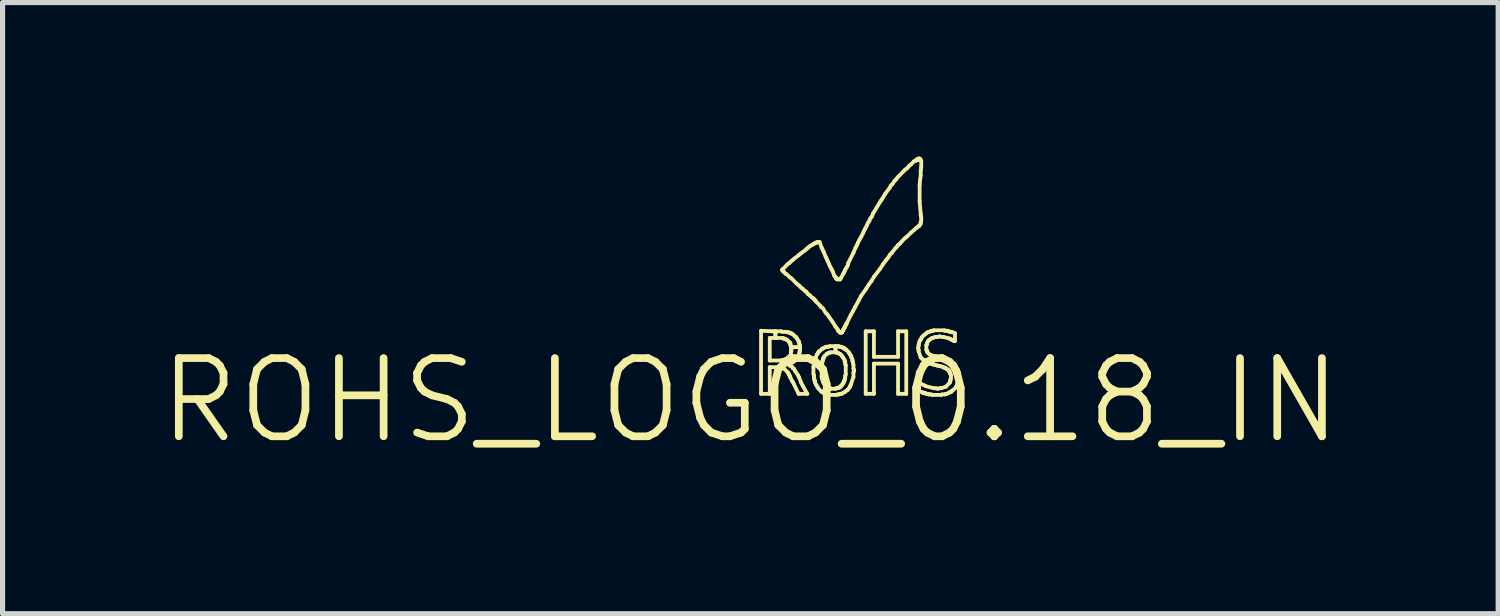
<source format=kicad_pcb>
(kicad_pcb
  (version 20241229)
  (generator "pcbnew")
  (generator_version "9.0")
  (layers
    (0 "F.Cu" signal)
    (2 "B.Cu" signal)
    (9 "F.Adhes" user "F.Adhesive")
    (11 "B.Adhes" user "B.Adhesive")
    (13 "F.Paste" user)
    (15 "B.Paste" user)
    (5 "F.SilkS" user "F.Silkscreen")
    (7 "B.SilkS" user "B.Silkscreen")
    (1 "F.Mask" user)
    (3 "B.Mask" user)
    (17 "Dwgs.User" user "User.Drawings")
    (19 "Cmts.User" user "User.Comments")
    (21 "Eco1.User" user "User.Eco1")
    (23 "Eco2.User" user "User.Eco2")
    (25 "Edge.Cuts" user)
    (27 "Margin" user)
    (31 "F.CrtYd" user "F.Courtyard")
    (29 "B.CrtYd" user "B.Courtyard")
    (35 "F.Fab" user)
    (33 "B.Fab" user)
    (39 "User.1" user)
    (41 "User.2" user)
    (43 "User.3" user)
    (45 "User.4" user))
  (footprint "ROHS_LOGO_0.18_IN"
    (layer "F.Cu")
    (at 11.575 4.756)
    (property "Reference" "ROHS_LOGO_0.18_IN" (at 0 0 0) (layer "F.SilkS") (effects (font (size 1.524 1.524) (thickness 0.15))))
    (attr exclude_from_pos_files exclude_from_bom)
    (fp_line (start 0.208 -1.359) (end 0.208 -0.13) (stroke (width 0.074) (type solid)) (layer "F.SilkS"))
    (fp_line (start 0.208 -0.13) (end 0.378 -0.13) (stroke (width 0.074) (type solid)) (layer "F.SilkS"))
    (fp_line (start 0.378 -1.219) (end 0.488 -1.219) (stroke (width 0.074) (type solid)) (layer "F.SilkS"))
    (fp_line (start 0.378 -0.78) (end 0.378 -1.219) (stroke (width 0.074) (type solid)) (layer "F.SilkS"))
    (fp_line (start 0.378 -0.65) (end 0.569 -0.65) (stroke (width 0.074) (type solid)) (layer "F.SilkS"))
    (fp_line (start 0.378 -0.13) (end 0.378 -0.65) (stroke (width 0.074) (type solid)) (layer "F.SilkS"))
    (fp_line (start 0.439 -1.349) (end 0.208 -1.359) (stroke (width 0.074) (type solid)) (layer "F.SilkS"))
    (fp_line (start 0.488 -1.349) (end 0.439 -1.349) (stroke (width 0.074) (type solid)) (layer "F.SilkS"))
    (fp_line (start 0.488 -1.349) (end 0.488 -1.219) (stroke (width 0.074) (type solid)) (layer "F.SilkS"))
    (fp_line (start 0.488 -1.219) (end 0.488 -1.349) (stroke (width 0.074) (type solid)) (layer "F.SilkS"))
    (fp_line (start 0.488 -1.219) (end 0.63 -1.219) (stroke (width 0.074) (type solid)) (layer "F.SilkS"))
    (fp_line (start 0.569 -0.65) (end 0.589 -0.64) (stroke (width 0.074) (type solid)) (layer "F.SilkS"))
    (fp_line (start 0.589 -0.64) (end 0.61 -0.64) (stroke (width 0.074) (type solid)) (layer "F.SilkS"))
    (fp_line (start 0.599 -1.349) (end 0.488 -1.349) (stroke (width 0.074) (type solid)) (layer "F.SilkS"))
    (fp_line (start 0.61 -0.78) (end 0.378 -0.78) (stroke (width 0.074) (type solid)) (layer "F.SilkS"))
    (fp_line (start 0.61 -0.64) (end 0.63 -0.63) (stroke (width 0.074) (type solid)) (layer "F.SilkS"))
    (fp_line (start 0.62 -2.55) (end 0.63 -2.55) (stroke (width 0.074) (type solid)) (layer "F.SilkS"))
    (fp_line (start 0.62 -2.54) (end 0.62 -2.55) (stroke (width 0.074) (type solid)) (layer "F.SilkS"))
    (fp_line (start 0.62 -0.79) (end 0.61 -0.78) (stroke (width 0.074) (type solid)) (layer "F.SilkS"))
    (fp_line (start 0.63 -2.56) (end 0.729 -2.659) (stroke (width 0.074) (type solid)) (layer "F.SilkS"))
    (fp_line (start 0.63 -2.55) (end 0.63 -2.56) (stroke (width 0.074) (type solid)) (layer "F.SilkS"))
    (fp_line (start 0.63 -2.54) (end 0.62 -2.54) (stroke (width 0.074) (type solid)) (layer "F.SilkS"))
    (fp_line (start 0.63 -2.53) (end 0.63 -2.54) (stroke (width 0.074) (type solid)) (layer "F.SilkS"))
    (fp_line (start 0.63 -1.339) (end 0.599 -1.349) (stroke (width 0.074) (type solid)) (layer "F.SilkS"))
    (fp_line (start 0.63 -1.219) (end 0.638 -1.209) (stroke (width 0.074) (type solid)) (layer "F.SilkS"))
    (fp_line (start 0.63 -0.63) (end 0.638 -0.63) (stroke (width 0.074) (type solid)) (layer "F.SilkS"))
    (fp_line (start 0.638 -2.52) (end 0.63 -2.53) (stroke (width 0.074) (type solid)) (layer "F.SilkS"))
    (fp_line (start 0.638 -1.209) (end 0.658 -1.209) (stroke (width 0.074) (type solid)) (layer "F.SilkS"))
    (fp_line (start 0.638 -0.63) (end 0.658 -0.62) (stroke (width 0.074) (type solid)) (layer "F.SilkS"))
    (fp_line (start 0.648 -2.52) (end 0.638 -2.52) (stroke (width 0.074) (type solid)) (layer "F.SilkS"))
    (fp_line (start 0.658 -2.499) (end 0.648 -2.52) (stroke (width 0.074) (type solid)) (layer "F.SilkS"))
    (fp_line (start 0.658 -1.209) (end 0.668 -1.199) (stroke (width 0.074) (type solid)) (layer "F.SilkS"))
    (fp_line (start 0.658 -0.79) (end 0.62 -0.79) (stroke (width 0.074) (type solid)) (layer "F.SilkS"))
    (fp_line (start 0.658 -0.62) (end 0.729 -0.549) (stroke (width 0.074) (type solid)) (layer "F.SilkS"))
    (fp_line (start 0.668 -1.199) (end 0.688 -1.199) (stroke (width 0.074) (type solid)) (layer "F.SilkS"))
    (fp_line (start 0.668 -0.8) (end 0.658 -0.79) (stroke (width 0.074) (type solid)) (layer "F.SilkS"))
    (fp_line (start 0.688 -2.469) (end 0.658 -2.499) (stroke (width 0.074) (type solid)) (layer "F.SilkS"))
    (fp_line (start 0.688 -1.199) (end 0.709 -1.179) (stroke (width 0.074) (type solid)) (layer "F.SilkS"))
    (fp_line (start 0.688 -0.8) (end 0.668 -0.8) (stroke (width 0.074) (type solid)) (layer "F.SilkS"))
    (fp_line (start 0.699 -1.339) (end 0.63 -1.339) (stroke (width 0.074) (type solid)) (layer "F.SilkS"))
    (fp_line (start 0.699 -0.81) (end 0.688 -0.8) (stroke (width 0.074) (type solid)) (layer "F.SilkS"))
    (fp_line (start 0.709 -2.459) (end 0.688 -2.469) (stroke (width 0.074) (type solid)) (layer "F.SilkS"))
    (fp_line (start 0.709 -1.331) (end 0.699 -1.339) (stroke (width 0.074) (type solid)) (layer "F.SilkS"))
    (fp_line (start 0.709 -1.179) (end 0.719 -1.179) (stroke (width 0.074) (type solid)) (layer "F.SilkS"))
    (fp_line (start 0.709 -0.81) (end 0.699 -0.81) (stroke (width 0.074) (type solid)) (layer "F.SilkS"))
    (fp_line (start 0.719 -1.179) (end 0.759 -1.14) (stroke (width 0.074) (type solid)) (layer "F.SilkS"))
    (fp_line (start 0.719 -0.82) (end 0.709 -0.81) (stroke (width 0.074) (type solid)) (layer "F.SilkS"))
    (fp_line (start 0.719 -0.709) (end 0.759 -0.719) (stroke (width 0.074) (type solid)) (layer "F.SilkS"))
    (fp_line (start 0.729 -2.659) (end 0.759 -2.68) (stroke (width 0.074) (type solid)) (layer "F.SilkS"))
    (fp_line (start 0.729 -0.831) (end 0.729 -0.82) (stroke (width 0.074) (type solid)) (layer "F.SilkS"))
    (fp_line (start 0.729 -0.82) (end 0.719 -0.82) (stroke (width 0.074) (type solid)) (layer "F.SilkS"))
    (fp_line (start 0.729 -0.549) (end 0.729 -0.538) (stroke (width 0.074) (type solid)) (layer "F.SilkS"))
    (fp_line (start 0.729 -0.538) (end 0.749 -0.521) (stroke (width 0.074) (type solid)) (layer "F.SilkS"))
    (fp_line (start 0.739 -1.331) (end 0.709 -1.331) (stroke (width 0.074) (type solid)) (layer "F.SilkS"))
    (fp_line (start 0.739 -0.841) (end 0.729 -0.831) (stroke (width 0.074) (type solid)) (layer "F.SilkS"))
    (fp_line (start 0.749 -0.841) (end 0.739 -0.841) (stroke (width 0.074) (type solid)) (layer "F.SilkS"))
    (fp_line (start 0.749 -0.521) (end 0.749 -0.511) (stroke (width 0.074) (type solid)) (layer "F.SilkS"))
    (fp_line (start 0.749 -0.511) (end 0.759 -0.49) (stroke (width 0.074) (type solid)) (layer "F.SilkS"))
    (fp_line (start 0.759 -2.68) (end 0.79 -2.71) (stroke (width 0.074) (type solid)) (layer "F.SilkS"))
    (fp_line (start 0.759 -2.41) (end 0.709 -2.459) (stroke (width 0.074) (type solid)) (layer "F.SilkS"))
    (fp_line (start 0.759 -1.321) (end 0.739 -1.331) (stroke (width 0.074) (type solid)) (layer "F.SilkS"))
    (fp_line (start 0.759 -1.14) (end 0.759 -1.13) (stroke (width 0.074) (type solid)) (layer "F.SilkS"))
    (fp_line (start 0.759 -1.13) (end 0.77 -1.12) (stroke (width 0.074) (type solid)) (layer "F.SilkS"))
    (fp_line (start 0.759 -0.859) (end 0.759 -0.851) (stroke (width 0.074) (type solid)) (layer "F.SilkS"))
    (fp_line (start 0.759 -0.851) (end 0.749 -0.841) (stroke (width 0.074) (type solid)) (layer "F.SilkS"))
    (fp_line (start 0.759 -0.719) (end 0.78 -0.729) (stroke (width 0.074) (type solid)) (layer "F.SilkS"))
    (fp_line (start 0.759 -0.691) (end 0.719 -0.709) (stroke (width 0.074) (type solid)) (layer "F.SilkS"))
    (fp_line (start 0.759 -0.49) (end 0.77 -0.48) (stroke (width 0.074) (type solid)) (layer "F.SilkS"))
    (fp_line (start 0.77 -1.321) (end 0.759 -1.321) (stroke (width 0.074) (type solid)) (layer "F.SilkS"))
    (fp_line (start 0.77 -1.12) (end 0.78 -1.12) (stroke (width 0.074) (type solid)) (layer "F.SilkS"))
    (fp_line (start 0.77 -0.681) (end 0.759 -0.691) (stroke (width 0.074) (type solid)) (layer "F.SilkS"))
    (fp_line (start 0.77 -0.48) (end 0.77 -0.46) (stroke (width 0.074) (type solid)) (layer "F.SilkS"))
    (fp_line (start 0.77 -0.46) (end 0.78 -0.45) (stroke (width 0.074) (type solid)) (layer "F.SilkS"))
    (fp_line (start 0.78 -1.311) (end 0.77 -1.321) (stroke (width 0.074) (type solid)) (layer "F.SilkS"))
    (fp_line (start 0.78 -1.12) (end 0.78 -1.079) (stroke (width 0.074) (type solid)) (layer "F.SilkS"))
    (fp_line (start 0.78 -1.079) (end 0.79 -1.069) (stroke (width 0.074) (type solid)) (layer "F.SilkS"))
    (fp_line (start 0.78 -0.889) (end 0.78 -0.879) (stroke (width 0.074) (type solid)) (layer "F.SilkS"))
    (fp_line (start 0.78 -0.879) (end 0.759 -0.859) (stroke (width 0.074) (type solid)) (layer "F.SilkS"))
    (fp_line (start 0.78 -0.729) (end 0.808 -0.739) (stroke (width 0.074) (type solid)) (layer "F.SilkS"))
    (fp_line (start 0.78 -0.45) (end 0.818 -0.371) (stroke (width 0.074) (type solid)) (layer "F.SilkS"))
    (fp_line (start 0.79 -2.71) (end 0.828 -2.741) (stroke (width 0.074) (type solid)) (layer "F.SilkS"))
    (fp_line (start 0.79 -2.39) (end 0.759 -2.41) (stroke (width 0.074) (type solid)) (layer "F.SilkS"))
    (fp_line (start 0.79 -1.069) (end 0.79 -1.039) (stroke (width 0.074) (type solid)) (layer "F.SilkS"))
    (fp_line (start 0.79 -1.039) (end 0.79 -1.011) (stroke (width 0.074) (type solid)) (layer "F.SilkS"))
    (fp_line (start 0.79 -1.039) (end 0.968 -1.039) (stroke (width 0.074) (type solid)) (layer "F.SilkS"))
    (fp_line (start 0.79 -1.011) (end 0.798 -1.001) (stroke (width 0.074) (type solid)) (layer "F.SilkS"))
    (fp_line (start 0.79 -0.95) (end 0.79 -0.899) (stroke (width 0.074) (type solid)) (layer "F.SilkS"))
    (fp_line (start 0.79 -0.899) (end 0.78 -0.889) (stroke (width 0.074) (type solid)) (layer "F.SilkS"))
    (fp_line (start 0.79 -0.671) (end 0.77 -0.681) (stroke (width 0.074) (type solid)) (layer "F.SilkS"))
    (fp_line (start 0.798 -1.311) (end 0.78 -1.311) (stroke (width 0.074) (type solid)) (layer "F.SilkS"))
    (fp_line (start 0.798 -1.001) (end 0.798 -0.96) (stroke (width 0.074) (type solid)) (layer "F.SilkS"))
    (fp_line (start 0.798 -0.96) (end 0.79 -0.95) (stroke (width 0.074) (type solid)) (layer "F.SilkS"))
    (fp_line (start 0.798 -0.671) (end 0.79 -0.671) (stroke (width 0.074) (type solid)) (layer "F.SilkS"))
    (fp_line (start 0.808 -1.3) (end 0.798 -1.311) (stroke (width 0.074) (type solid)) (layer "F.SilkS"))
    (fp_line (start 0.808 -0.739) (end 0.848 -0.759) (stroke (width 0.074) (type solid)) (layer "F.SilkS"))
    (fp_line (start 0.818 -0.65) (end 0.798 -0.671) (stroke (width 0.074) (type solid)) (layer "F.SilkS"))
    (fp_line (start 0.818 -0.371) (end 0.828 -0.361) (stroke (width 0.074) (type solid)) (layer "F.SilkS"))
    (fp_line (start 0.828 -2.741) (end 0.859 -2.769) (stroke (width 0.074) (type solid)) (layer "F.SilkS"))
    (fp_line (start 0.828 -1.29) (end 0.808 -1.3) (stroke (width 0.074) (type solid)) (layer "F.SilkS"))
    (fp_line (start 0.828 -0.63) (end 0.818 -0.65) (stroke (width 0.074) (type solid)) (layer "F.SilkS"))
    (fp_line (start 0.828 -0.361) (end 0.848 -0.32) (stroke (width 0.074) (type solid)) (layer "F.SilkS"))
    (fp_line (start 0.848 -0.759) (end 0.869 -0.78) (stroke (width 0.074) (type solid)) (layer "F.SilkS"))
    (fp_line (start 0.848 -0.62) (end 0.828 -0.63) (stroke (width 0.074) (type solid)) (layer "F.SilkS"))
    (fp_line (start 0.848 -0.32) (end 0.94 -0.13) (stroke (width 0.074) (type solid)) (layer "F.SilkS"))
    (fp_line (start 0.859 -2.769) (end 0.94 -2.83) (stroke (width 0.074) (type solid)) (layer "F.SilkS"))
    (fp_line (start 0.869 -1.25) (end 0.828 -1.29) (stroke (width 0.074) (type solid)) (layer "F.SilkS"))
    (fp_line (start 0.869 -0.78) (end 0.889 -0.79) (stroke (width 0.074) (type solid)) (layer "F.SilkS"))
    (fp_line (start 0.869 -0.579) (end 0.848 -0.62) (stroke (width 0.074) (type solid)) (layer "F.SilkS"))
    (fp_line (start 0.889 -1.24) (end 0.869 -1.25) (stroke (width 0.074) (type solid)) (layer "F.SilkS"))
    (fp_line (start 0.889 -0.79) (end 0.909 -0.81) (stroke (width 0.074) (type solid)) (layer "F.SilkS"))
    (fp_line (start 0.899 -2.281) (end 0.79 -2.39) (stroke (width 0.074) (type solid)) (layer "F.SilkS"))
    (fp_line (start 0.899 -1.219) (end 0.889 -1.24) (stroke (width 0.074) (type solid)) (layer "F.SilkS"))
    (fp_line (start 0.909 -1.209) (end 0.899 -1.219) (stroke (width 0.074) (type solid)) (layer "F.SilkS"))
    (fp_line (start 0.909 -0.81) (end 0.919 -0.831) (stroke (width 0.074) (type solid)) (layer "F.SilkS"))
    (fp_line (start 0.919 -0.831) (end 0.94 -0.851) (stroke (width 0.074) (type solid)) (layer "F.SilkS"))
    (fp_line (start 0.93 -1.171) (end 0.909 -1.209) (stroke (width 0.074) (type solid)) (layer "F.SilkS"))
    (fp_line (start 0.93 -0.49) (end 0.869 -0.579) (stroke (width 0.074) (type solid)) (layer "F.SilkS"))
    (fp_line (start 0.94 -2.83) (end 0.988 -2.87) (stroke (width 0.074) (type solid)) (layer "F.SilkS"))
    (fp_line (start 0.94 -1.161) (end 0.93 -1.171) (stroke (width 0.074) (type solid)) (layer "F.SilkS"))
    (fp_line (start 0.94 -0.851) (end 0.95 -0.879) (stroke (width 0.074) (type solid)) (layer "F.SilkS"))
    (fp_line (start 0.94 -0.13) (end 1.11 -0.13) (stroke (width 0.074) (type solid)) (layer "F.SilkS"))
    (fp_line (start 0.95 -2.24) (end 0.899 -2.281) (stroke (width 0.074) (type solid)) (layer "F.SilkS"))
    (fp_line (start 0.95 -1.14) (end 0.94 -1.161) (stroke (width 0.074) (type solid)) (layer "F.SilkS"))
    (fp_line (start 0.95 -1.12) (end 0.95 -1.14) (stroke (width 0.074) (type solid)) (layer "F.SilkS"))
    (fp_line (start 0.95 -0.899) (end 0.958 -0.93) (stroke (width 0.074) (type solid)) (layer "F.SilkS"))
    (fp_line (start 0.95 -0.879) (end 0.95 -0.899) (stroke (width 0.074) (type solid)) (layer "F.SilkS"))
    (fp_line (start 0.95 -0.45) (end 0.93 -0.49) (stroke (width 0.074) (type solid)) (layer "F.SilkS"))
    (fp_line (start 0.958 -1.1) (end 0.95 -1.12) (stroke (width 0.074) (type solid)) (layer "F.SilkS"))
    (fp_line (start 0.958 -1.079) (end 0.958 -1.1) (stroke (width 0.074) (type solid)) (layer "F.SilkS"))
    (fp_line (start 0.958 -0.95) (end 0.968 -0.98) (stroke (width 0.074) (type solid)) (layer "F.SilkS"))
    (fp_line (start 0.958 -0.93) (end 0.958 -0.95) (stroke (width 0.074) (type solid)) (layer "F.SilkS"))
    (fp_line (start 0.968 -1.059) (end 0.958 -1.079) (stroke (width 0.074) (type solid)) (layer "F.SilkS"))
    (fp_line (start 0.968 -1.039) (end 0.79 -1.039) (stroke (width 0.074) (type solid)) (layer "F.SilkS"))
    (fp_line (start 0.968 -1.039) (end 0.968 -1.059) (stroke (width 0.074) (type solid)) (layer "F.SilkS"))
    (fp_line (start 0.968 -0.98) (end 0.968 -1.039) (stroke (width 0.074) (type solid)) (layer "F.SilkS"))
    (fp_line (start 0.988 -2.87) (end 1.069 -2.929) (stroke (width 0.074) (type solid)) (layer "F.SilkS"))
    (fp_line (start 0.988 -2.2) (end 0.95 -2.24) (stroke (width 0.074) (type solid)) (layer "F.SilkS"))
    (fp_line (start 0.988 -0.351) (end 0.95 -0.45) (stroke (width 0.074) (type solid)) (layer "F.SilkS"))
    (fp_line (start 1.019 -2.179) (end 0.988 -2.2) (stroke (width 0.074) (type solid)) (layer "F.SilkS"))
    (fp_line (start 1.019 -0.29) (end 0.988 -0.351) (stroke (width 0.074) (type solid)) (layer "F.SilkS"))
    (fp_line (start 1.059 -2.139) (end 1.019 -2.179) (stroke (width 0.074) (type solid)) (layer "F.SilkS"))
    (fp_line (start 1.069 -2.929) (end 1.1 -2.959) (stroke (width 0.074) (type solid)) (layer "F.SilkS"))
    (fp_line (start 1.09 -2.121) (end 1.059 -2.139) (stroke (width 0.074) (type solid)) (layer "F.SilkS"))
    (fp_line (start 1.1 -2.959) (end 1.128 -2.979) (stroke (width 0.074) (type solid)) (layer "F.SilkS"))
    (fp_line (start 1.11 -2.09) (end 1.09 -2.121) (stroke (width 0.074) (type solid)) (layer "F.SilkS"))
    (fp_line (start 1.11 -0.13) (end 1.019 -0.29) (stroke (width 0.074) (type solid)) (layer "F.SilkS"))
    (fp_line (start 1.128 -2.979) (end 1.148 -3) (stroke (width 0.074) (type solid)) (layer "F.SilkS"))
    (fp_line (start 1.128 -2.07) (end 1.11 -2.09) (stroke (width 0.074) (type solid)) (layer "F.SilkS"))
    (fp_line (start 1.148 -3) (end 1.179 -3.02) (stroke (width 0.074) (type solid)) (layer "F.SilkS"))
    (fp_line (start 1.158 -2.05) (end 1.128 -2.07) (stroke (width 0.074) (type solid)) (layer "F.SilkS"))
    (fp_line (start 1.179 -3.02) (end 1.219 -3.04) (stroke (width 0.074) (type solid)) (layer "F.SilkS"))
    (fp_line (start 1.199 -2.009) (end 1.158 -2.05) (stroke (width 0.074) (type solid)) (layer "F.SilkS"))
    (fp_line (start 1.219 -3.04) (end 1.229 -3.051) (stroke (width 0.074) (type solid)) (layer "F.SilkS"))
    (fp_line (start 1.219 -1.999) (end 1.199 -2.009) (stroke (width 0.074) (type solid)) (layer "F.SilkS"))
    (fp_line (start 1.229 -3.051) (end 1.25 -3.061) (stroke (width 0.074) (type solid)) (layer "F.SilkS"))
    (fp_line (start 1.229 -0.66) (end 1.229 -0.521) (stroke (width 0.074) (type solid)) (layer "F.SilkS"))
    (fp_line (start 1.229 -0.521) (end 1.24 -0.49) (stroke (width 0.074) (type solid)) (layer "F.SilkS"))
    (fp_line (start 1.24 -1.979) (end 1.219 -1.999) (stroke (width 0.074) (type solid)) (layer "F.SilkS"))
    (fp_line (start 1.24 -0.729) (end 1.24 -0.709) (stroke (width 0.074) (type solid)) (layer "F.SilkS"))
    (fp_line (start 1.24 -0.709) (end 1.24 -0.671) (stroke (width 0.074) (type solid)) (layer "F.SilkS"))
    (fp_line (start 1.24 -0.709) (end 1.4 -0.709) (stroke (width 0.074) (type solid)) (layer "F.SilkS"))
    (fp_line (start 1.24 -0.671) (end 1.229 -0.66) (stroke (width 0.074) (type solid)) (layer "F.SilkS"))
    (fp_line (start 1.24 -0.49) (end 1.24 -0.439) (stroke (width 0.074) (type solid)) (layer "F.SilkS"))
    (fp_line (start 1.24 -0.439) (end 1.25 -0.409) (stroke (width 0.074) (type solid)) (layer "F.SilkS"))
    (fp_line (start 1.25 -3.061) (end 1.26 -3.071) (stroke (width 0.074) (type solid)) (layer "F.SilkS"))
    (fp_line (start 1.25 -1.961) (end 1.24 -1.979) (stroke (width 0.074) (type solid)) (layer "F.SilkS"))
    (fp_line (start 1.25 -0.78) (end 1.25 -0.759) (stroke (width 0.074) (type solid)) (layer "F.SilkS"))
    (fp_line (start 1.25 -0.759) (end 1.24 -0.729) (stroke (width 0.074) (type solid)) (layer "F.SilkS"))
    (fp_line (start 1.25 -0.409) (end 1.25 -0.389) (stroke (width 0.074) (type solid)) (layer "F.SilkS"))
    (fp_line (start 1.25 -0.389) (end 1.26 -0.371) (stroke (width 0.074) (type solid)) (layer "F.SilkS"))
    (fp_line (start 1.26 -3.071) (end 1.27 -3.071) (stroke (width 0.074) (type solid)) (layer "F.SilkS"))
    (fp_line (start 1.26 -0.371) (end 1.26 -0.351) (stroke (width 0.074) (type solid)) (layer "F.SilkS"))
    (fp_line (start 1.26 -0.351) (end 1.278 -0.31) (stroke (width 0.074) (type solid)) (layer "F.SilkS"))
    (fp_line (start 1.27 -3.071) (end 1.278 -3.078) (stroke (width 0.074) (type solid)) (layer "F.SilkS"))
    (fp_line (start 1.27 -1.951) (end 1.25 -1.961) (stroke (width 0.074) (type solid)) (layer "F.SilkS"))
    (fp_line (start 1.27 -0.841) (end 1.27 -0.82) (stroke (width 0.074) (type solid)) (layer "F.SilkS"))
    (fp_line (start 1.27 -0.82) (end 1.25 -0.78) (stroke (width 0.074) (type solid)) (layer "F.SilkS"))
    (fp_line (start 1.278 -3.078) (end 1.298 -3.078) (stroke (width 0.074) (type solid)) (layer "F.SilkS"))
    (fp_line (start 1.278 -1.93) (end 1.27 -1.951) (stroke (width 0.074) (type solid)) (layer "F.SilkS"))
    (fp_line (start 1.278 -0.31) (end 1.288 -0.3) (stroke (width 0.074) (type solid)) (layer "F.SilkS"))
    (fp_line (start 1.288 -0.3) (end 1.308 -0.259) (stroke (width 0.074) (type solid)) (layer "F.SilkS"))
    (fp_line (start 1.298 -3.078) (end 1.308 -3.089) (stroke (width 0.074) (type solid)) (layer "F.SilkS"))
    (fp_line (start 1.298 -0.899) (end 1.27 -0.841) (stroke (width 0.074) (type solid)) (layer "F.SilkS"))
    (fp_line (start 1.308 -3.089) (end 1.349 -3.089) (stroke (width 0.074) (type solid)) (layer "F.SilkS"))
    (fp_line (start 1.308 -0.909) (end 1.298 -0.899) (stroke (width 0.074) (type solid)) (layer "F.SilkS"))
    (fp_line (start 1.308 -0.259) (end 1.318 -0.249) (stroke (width 0.074) (type solid)) (layer "F.SilkS"))
    (fp_line (start 1.318 -0.93) (end 1.308 -0.909) (stroke (width 0.074) (type solid)) (layer "F.SilkS"))
    (fp_line (start 1.318 -0.249) (end 1.328 -0.229) (stroke (width 0.074) (type solid)) (layer "F.SilkS"))
    (fp_line (start 1.328 -0.94) (end 1.318 -0.93) (stroke (width 0.074) (type solid)) (layer "F.SilkS"))
    (fp_line (start 1.328 -0.229) (end 1.379 -0.18) (stroke (width 0.074) (type solid)) (layer "F.SilkS"))
    (fp_line (start 1.339 -0.96) (end 1.328 -0.94) (stroke (width 0.074) (type solid)) (layer "F.SilkS"))
    (fp_line (start 1.349 -3.089) (end 1.389 -2.979) (stroke (width 0.074) (type solid)) (layer "F.SilkS"))
    (fp_line (start 1.359 -1.849) (end 1.278 -1.93) (stroke (width 0.074) (type solid)) (layer "F.SilkS"))
    (fp_line (start 1.359 -0.97) (end 1.339 -0.96) (stroke (width 0.074) (type solid)) (layer "F.SilkS"))
    (fp_line (start 1.379 -1.819) (end 1.359 -1.849) (stroke (width 0.074) (type solid)) (layer "F.SilkS"))
    (fp_line (start 1.379 -0.18) (end 1.389 -0.18) (stroke (width 0.074) (type solid)) (layer "F.SilkS"))
    (fp_line (start 1.389 -2.979) (end 1.427 -2.901) (stroke (width 0.074) (type solid)) (layer "F.SilkS"))
    (fp_line (start 1.389 -0.691) (end 1.4 -0.709) (stroke (width 0.074) (type solid)) (layer "F.SilkS"))
    (fp_line (start 1.389 -0.46) (end 1.389 -0.691) (stroke (width 0.074) (type solid)) (layer "F.SilkS"))
    (fp_line (start 1.389 -0.18) (end 1.389 -0.17) (stroke (width 0.074) (type solid)) (layer "F.SilkS"))
    (fp_line (start 1.389 -0.17) (end 1.4 -0.17) (stroke (width 0.074) (type solid)) (layer "F.SilkS"))
    (fp_line (start 1.4 -1.011) (end 1.359 -0.97) (stroke (width 0.074) (type solid)) (layer "F.SilkS"))
    (fp_line (start 1.4 -0.759) (end 1.41 -0.77) (stroke (width 0.074) (type solid)) (layer "F.SilkS"))
    (fp_line (start 1.4 -0.709) (end 1.24 -0.709) (stroke (width 0.074) (type solid)) (layer "F.SilkS"))
    (fp_line (start 1.4 -0.709) (end 1.4 -0.759) (stroke (width 0.074) (type solid)) (layer "F.SilkS"))
    (fp_line (start 1.4 -0.439) (end 1.389 -0.46) (stroke (width 0.074) (type solid)) (layer "F.SilkS"))
    (fp_line (start 1.4 -0.419) (end 1.4 -0.439) (stroke (width 0.074) (type solid)) (layer "F.SilkS"))
    (fp_line (start 1.4 -0.17) (end 1.41 -0.16) (stroke (width 0.074) (type solid)) (layer "F.SilkS"))
    (fp_line (start 1.41 -1.801) (end 1.379 -1.819) (stroke (width 0.074) (type solid)) (layer "F.SilkS"))
    (fp_line (start 1.41 -1.011) (end 1.4 -1.011) (stroke (width 0.074) (type solid)) (layer "F.SilkS"))
    (fp_line (start 1.41 -0.79) (end 1.42 -0.8) (stroke (width 0.074) (type solid)) (layer "F.SilkS"))
    (fp_line (start 1.41 -0.77) (end 1.41 -0.79) (stroke (width 0.074) (type solid)) (layer "F.SilkS"))
    (fp_line (start 1.41 -0.399) (end 1.4 -0.419) (stroke (width 0.074) (type solid)) (layer "F.SilkS"))
    (fp_line (start 1.41 -0.381) (end 1.41 -0.399) (stroke (width 0.074) (type solid)) (layer "F.SilkS"))
    (fp_line (start 1.41 -0.16) (end 1.42 -0.16) (stroke (width 0.074) (type solid)) (layer "F.SilkS"))
    (fp_line (start 1.42 -0.82) (end 1.427 -0.831) (stroke (width 0.074) (type solid)) (layer "F.SilkS"))
    (fp_line (start 1.42 -0.8) (end 1.42 -0.82) (stroke (width 0.074) (type solid)) (layer "F.SilkS"))
    (fp_line (start 1.42 -0.361) (end 1.41 -0.381) (stroke (width 0.074) (type solid)) (layer "F.SilkS"))
    (fp_line (start 1.42 -0.16) (end 1.427 -0.15) (stroke (width 0.074) (type solid)) (layer "F.SilkS"))
    (fp_line (start 1.427 -2.901) (end 1.468 -2.799) (stroke (width 0.074) (type solid)) (layer "F.SilkS"))
    (fp_line (start 1.427 -1.019) (end 1.41 -1.011) (stroke (width 0.074) (type solid)) (layer "F.SilkS"))
    (fp_line (start 1.427 -0.841) (end 1.438 -0.851) (stroke (width 0.074) (type solid)) (layer "F.SilkS"))
    (fp_line (start 1.427 -0.831) (end 1.427 -0.841) (stroke (width 0.074) (type solid)) (layer "F.SilkS"))
    (fp_line (start 1.427 -0.351) (end 1.42 -0.361) (stroke (width 0.074) (type solid)) (layer "F.SilkS"))
    (fp_line (start 1.427 -0.34) (end 1.427 -0.351) (stroke (width 0.074) (type solid)) (layer "F.SilkS"))
    (fp_line (start 1.427 -0.15) (end 1.438 -0.15) (stroke (width 0.074) (type solid)) (layer "F.SilkS"))
    (fp_line (start 1.438 -1.029) (end 1.427 -1.019) (stroke (width 0.074) (type solid)) (layer "F.SilkS"))
    (fp_line (start 1.438 -0.851) (end 1.448 -0.869) (stroke (width 0.074) (type solid)) (layer "F.SilkS"))
    (fp_line (start 1.438 -0.15) (end 1.438 -0.14) (stroke (width 0.074) (type solid)) (layer "F.SilkS"))
    (fp_line (start 1.438 -0.14) (end 1.448 -0.14) (stroke (width 0.074) (type solid)) (layer "F.SilkS"))
    (fp_line (start 1.448 -0.869) (end 1.488 -0.909) (stroke (width 0.074) (type solid)) (layer "F.SilkS"))
    (fp_line (start 1.448 -0.32) (end 1.427 -0.34) (stroke (width 0.074) (type solid)) (layer "F.SilkS"))
    (fp_line (start 1.448 -0.31) (end 1.448 -0.32) (stroke (width 0.074) (type solid)) (layer "F.SilkS"))
    (fp_line (start 1.448 -0.14) (end 1.458 -0.13) (stroke (width 0.074) (type solid)) (layer "F.SilkS"))
    (fp_line (start 1.458 -1.039) (end 1.438 -1.029) (stroke (width 0.074) (type solid)) (layer "F.SilkS"))
    (fp_line (start 1.458 -0.13) (end 1.488 -0.13) (stroke (width 0.074) (type solid)) (layer "F.SilkS"))
    (fp_line (start 1.468 -2.799) (end 1.488 -2.761) (stroke (width 0.074) (type solid)) (layer "F.SilkS"))
    (fp_line (start 1.468 -1.709) (end 1.41 -1.801) (stroke (width 0.074) (type solid)) (layer "F.SilkS"))
    (fp_line (start 1.478 -1.039) (end 1.458 -1.039) (stroke (width 0.074) (type solid)) (layer "F.SilkS"))
    (fp_line (start 1.478 -0.279) (end 1.448 -0.31) (stroke (width 0.074) (type solid)) (layer "F.SilkS"))
    (fp_line (start 1.488 -2.761) (end 1.509 -2.71) (stroke (width 0.074) (type solid)) (layer "F.SilkS"))
    (fp_line (start 1.488 -1.049) (end 1.478 -1.039) (stroke (width 0.074) (type solid)) (layer "F.SilkS"))
    (fp_line (start 1.488 -0.909) (end 1.499 -0.909) (stroke (width 0.074) (type solid)) (layer "F.SilkS"))
    (fp_line (start 1.488 -0.279) (end 1.478 -0.279) (stroke (width 0.074) (type solid)) (layer "F.SilkS"))
    (fp_line (start 1.488 -0.13) (end 1.499 -0.119) (stroke (width 0.074) (type solid)) (layer "F.SilkS"))
    (fp_line (start 1.499 -1.679) (end 1.468 -1.709) (stroke (width 0.074) (type solid)) (layer "F.SilkS"))
    (fp_line (start 1.499 -0.909) (end 1.519 -0.93) (stroke (width 0.074) (type solid)) (layer "F.SilkS"))
    (fp_line (start 1.499 -0.269) (end 1.488 -0.279) (stroke (width 0.074) (type solid)) (layer "F.SilkS"))
    (fp_line (start 1.499 -0.259) (end 1.499 -0.269) (stroke (width 0.074) (type solid)) (layer "F.SilkS"))
    (fp_line (start 1.499 -0.119) (end 1.529 -0.119) (stroke (width 0.074) (type solid)) (layer "F.SilkS"))
    (fp_line (start 1.509 -2.71) (end 1.529 -2.67) (stroke (width 0.074) (type solid)) (layer "F.SilkS"))
    (fp_line (start 1.509 -0.259) (end 1.499 -0.259) (stroke (width 0.074) (type solid)) (layer "F.SilkS"))
    (fp_line (start 1.519 -0.93) (end 1.549 -0.93) (stroke (width 0.074) (type solid)) (layer "F.SilkS"))
    (fp_line (start 1.529 -2.67) (end 1.549 -2.619) (stroke (width 0.074) (type solid)) (layer "F.SilkS"))
    (fp_line (start 1.529 -1.049) (end 1.488 -1.049) (stroke (width 0.074) (type solid)) (layer "F.SilkS"))
    (fp_line (start 1.529 -0.249) (end 1.509 -0.259) (stroke (width 0.074) (type solid)) (layer "F.SilkS"))
    (fp_line (start 1.529 -0.119) (end 1.549 -0.109) (stroke (width 0.074) (type solid)) (layer "F.SilkS"))
    (fp_line (start 1.539 -1.621) (end 1.499 -1.679) (stroke (width 0.074) (type solid)) (layer "F.SilkS"))
    (fp_line (start 1.539 -0.249) (end 1.529 -0.249) (stroke (width 0.074) (type solid)) (layer "F.SilkS"))
    (fp_line (start 1.549 -2.619) (end 1.57 -2.581) (stroke (width 0.074) (type solid)) (layer "F.SilkS"))
    (fp_line (start 1.549 -1.059) (end 1.529 -1.049) (stroke (width 0.074) (type solid)) (layer "F.SilkS"))
    (fp_line (start 1.549 -0.93) (end 1.56 -0.94) (stroke (width 0.074) (type solid)) (layer "F.SilkS"))
    (fp_line (start 1.549 -0.239) (end 1.539 -0.249) (stroke (width 0.074) (type solid)) (layer "F.SilkS"))
    (fp_line (start 1.549 -0.109) (end 1.679 -0.109) (stroke (width 0.074) (type solid)) (layer "F.SilkS"))
    (fp_line (start 1.56 -0.94) (end 1.659 -0.94) (stroke (width 0.074) (type solid)) (layer "F.SilkS"))
    (fp_line (start 1.56 -0.239) (end 1.549 -0.239) (stroke (width 0.074) (type solid)) (layer "F.SilkS"))
    (fp_line (start 1.57 -2.581) (end 1.587 -2.55) (stroke (width 0.074) (type solid)) (layer "F.SilkS"))
    (fp_line (start 1.57 -0.229) (end 1.56 -0.239) (stroke (width 0.074) (type solid)) (layer "F.SilkS"))
    (fp_line (start 1.587 -2.55) (end 1.608 -2.51) (stroke (width 0.074) (type solid)) (layer "F.SilkS"))
    (fp_line (start 1.598 -1.539) (end 1.539 -1.621) (stroke (width 0.074) (type solid)) (layer "F.SilkS"))
    (fp_line (start 1.608 -2.51) (end 1.628 -2.449) (stroke (width 0.074) (type solid)) (layer "F.SilkS"))
    (fp_line (start 1.628 -2.449) (end 1.638 -2.431) (stroke (width 0.074) (type solid)) (layer "F.SilkS"))
    (fp_line (start 1.638 -2.431) (end 1.659 -2.41) (stroke (width 0.074) (type solid)) (layer "F.SilkS"))
    (fp_line (start 1.659 -2.41) (end 1.659 -2.4) (stroke (width 0.074) (type solid)) (layer "F.SilkS"))
    (fp_line (start 1.659 -2.4) (end 1.669 -2.39) (stroke (width 0.074) (type solid)) (layer "F.SilkS"))
    (fp_line (start 1.659 -1.44) (end 1.598 -1.539) (stroke (width 0.074) (type solid)) (layer "F.SilkS"))
    (fp_line (start 1.659 -1.059) (end 1.549 -1.059) (stroke (width 0.074) (type solid)) (layer "F.SilkS"))
    (fp_line (start 1.659 -1.059) (end 1.659 -0.94) (stroke (width 0.074) (type solid)) (layer "F.SilkS"))
    (fp_line (start 1.659 -0.94) (end 1.659 -1.059) (stroke (width 0.074) (type solid)) (layer "F.SilkS"))
    (fp_line (start 1.659 -0.94) (end 1.679 -0.94) (stroke (width 0.074) (type solid)) (layer "F.SilkS"))
    (fp_line (start 1.659 -0.229) (end 1.57 -0.229) (stroke (width 0.074) (type solid)) (layer "F.SilkS"))
    (fp_line (start 1.669 -2.39) (end 1.669 -2.38) (stroke (width 0.074) (type solid)) (layer "F.SilkS"))
    (fp_line (start 1.669 -2.38) (end 1.679 -2.38) (stroke (width 0.074) (type solid)) (layer "F.SilkS"))
    (fp_line (start 1.669 -0.239) (end 1.659 -0.229) (stroke (width 0.074) (type solid)) (layer "F.SilkS"))
    (fp_line (start 1.679 -2.38) (end 1.679 -2.37) (stroke (width 0.074) (type solid)) (layer "F.SilkS"))
    (fp_line (start 1.679 -2.37) (end 1.689 -2.37) (stroke (width 0.074) (type solid)) (layer "F.SilkS"))
    (fp_line (start 1.679 -0.94) (end 1.689 -0.93) (stroke (width 0.074) (type solid)) (layer "F.SilkS"))
    (fp_line (start 1.679 -0.109) (end 1.699 -0.119) (stroke (width 0.074) (type solid)) (layer "F.SilkS"))
    (fp_line (start 1.689 -2.37) (end 1.699 -2.36) (stroke (width 0.074) (type solid)) (layer "F.SilkS"))
    (fp_line (start 1.689 -0.93) (end 1.709 -0.93) (stroke (width 0.074) (type solid)) (layer "F.SilkS"))
    (fp_line (start 1.699 -2.36) (end 1.748 -2.36) (stroke (width 0.074) (type solid)) (layer "F.SilkS"))
    (fp_line (start 1.699 -1.389) (end 1.659 -1.44) (stroke (width 0.074) (type solid)) (layer "F.SilkS"))
    (fp_line (start 1.699 -0.239) (end 1.669 -0.239) (stroke (width 0.074) (type solid)) (layer "F.SilkS"))
    (fp_line (start 1.699 -0.119) (end 1.73 -0.119) (stroke (width 0.074) (type solid)) (layer "F.SilkS"))
    (fp_line (start 1.709 -1.369) (end 1.699 -1.389) (stroke (width 0.074) (type solid)) (layer "F.SilkS"))
    (fp_line (start 1.709 -1.359) (end 1.709 -1.369) (stroke (width 0.074) (type solid)) (layer "F.SilkS"))
    (fp_line (start 1.709 -0.93) (end 1.72 -0.919) (stroke (width 0.074) (type solid)) (layer "F.SilkS"))
    (fp_line (start 1.709 -0.249) (end 1.699 -0.239) (stroke (width 0.074) (type solid)) (layer "F.SilkS"))
    (fp_line (start 1.72 -1.059) (end 1.659 -1.059) (stroke (width 0.074) (type solid)) (layer "F.SilkS"))
    (fp_line (start 1.72 -0.919) (end 1.74 -0.909) (stroke (width 0.074) (type solid)) (layer "F.SilkS"))
    (fp_line (start 1.73 -1.049) (end 1.72 -1.059) (stroke (width 0.074) (type solid)) (layer "F.SilkS"))
    (fp_line (start 1.73 -0.249) (end 1.709 -0.249) (stroke (width 0.074) (type solid)) (layer "F.SilkS"))
    (fp_line (start 1.73 -0.119) (end 1.748 -0.13) (stroke (width 0.074) (type solid)) (layer "F.SilkS"))
    (fp_line (start 1.74 -0.909) (end 1.748 -0.909) (stroke (width 0.074) (type solid)) (layer "F.SilkS"))
    (fp_line (start 1.74 -0.259) (end 1.73 -0.249) (stroke (width 0.074) (type solid)) (layer "F.SilkS"))
    (fp_line (start 1.748 -2.37) (end 1.768 -2.39) (stroke (width 0.074) (type solid)) (layer "F.SilkS"))
    (fp_line (start 1.748 -2.36) (end 1.748 -2.37) (stroke (width 0.074) (type solid)) (layer "F.SilkS"))
    (fp_line (start 1.748 -1.321) (end 1.709 -1.359) (stroke (width 0.074) (type solid)) (layer "F.SilkS"))
    (fp_line (start 1.748 -0.909) (end 1.778 -0.879) (stroke (width 0.074) (type solid)) (layer "F.SilkS"))
    (fp_line (start 1.748 -0.269) (end 1.748 -0.259) (stroke (width 0.074) (type solid)) (layer "F.SilkS"))
    (fp_line (start 1.748 -0.259) (end 1.74 -0.259) (stroke (width 0.074) (type solid)) (layer "F.SilkS"))
    (fp_line (start 1.748 -0.13) (end 1.778 -0.13) (stroke (width 0.074) (type solid)) (layer "F.SilkS"))
    (fp_line (start 1.758 -1.049) (end 1.73 -1.049) (stroke (width 0.074) (type solid)) (layer "F.SilkS"))
    (fp_line (start 1.758 -0.279) (end 1.748 -0.269) (stroke (width 0.074) (type solid)) (layer "F.SilkS"))
    (fp_line (start 1.768 -2.39) (end 1.808 -2.469) (stroke (width 0.074) (type solid)) (layer "F.SilkS"))
    (fp_line (start 1.768 -1.039) (end 1.758 -1.049) (stroke (width 0.074) (type solid)) (layer "F.SilkS"))
    (fp_line (start 1.768 -0.279) (end 1.758 -0.279) (stroke (width 0.074) (type solid)) (layer "F.SilkS"))
    (fp_line (start 1.778 -1.331) (end 1.778 -1.321) (stroke (width 0.074) (type solid)) (layer "F.SilkS"))
    (fp_line (start 1.778 -1.321) (end 1.748 -1.321) (stroke (width 0.074) (type solid)) (layer "F.SilkS"))
    (fp_line (start 1.778 -0.879) (end 1.788 -0.859) (stroke (width 0.074) (type solid)) (layer "F.SilkS"))
    (fp_line (start 1.778 -0.13) (end 1.808 -0.15) (stroke (width 0.074) (type solid)) (layer "F.SilkS"))
    (fp_line (start 1.788 -1.339) (end 1.788 -1.331) (stroke (width 0.074) (type solid)) (layer "F.SilkS"))
    (fp_line (start 1.788 -1.331) (end 1.778 -1.331) (stroke (width 0.074) (type solid)) (layer "F.SilkS"))
    (fp_line (start 1.788 -1.039) (end 1.768 -1.039) (stroke (width 0.074) (type solid)) (layer "F.SilkS"))
    (fp_line (start 1.788 -0.859) (end 1.798 -0.851) (stroke (width 0.074) (type solid)) (layer "F.SilkS"))
    (fp_line (start 1.788 -0.31) (end 1.788 -0.3) (stroke (width 0.074) (type solid)) (layer "F.SilkS"))
    (fp_line (start 1.788 -0.3) (end 1.768 -0.279) (stroke (width 0.074) (type solid)) (layer "F.SilkS"))
    (fp_line (start 1.798 -1.359) (end 1.798 -1.349) (stroke (width 0.074) (type solid)) (layer "F.SilkS"))
    (fp_line (start 1.798 -1.349) (end 1.788 -1.339) (stroke (width 0.074) (type solid)) (layer "F.SilkS"))
    (fp_line (start 1.798 -1.029) (end 1.788 -1.039) (stroke (width 0.074) (type solid)) (layer "F.SilkS"))
    (fp_line (start 1.798 -0.851) (end 1.808 -0.831) (stroke (width 0.074) (type solid)) (layer "F.SilkS"))
    (fp_line (start 1.808 -2.469) (end 1.829 -2.499) (stroke (width 0.074) (type solid)) (layer "F.SilkS"))
    (fp_line (start 1.808 -1.379) (end 1.808 -1.369) (stroke (width 0.074) (type solid)) (layer "F.SilkS"))
    (fp_line (start 1.808 -1.369) (end 1.798 -1.359) (stroke (width 0.074) (type solid)) (layer "F.SilkS"))
    (fp_line (start 1.808 -0.831) (end 1.819 -0.82) (stroke (width 0.074) (type solid)) (layer "F.SilkS"))
    (fp_line (start 1.808 -0.34) (end 1.808 -0.33) (stroke (width 0.074) (type solid)) (layer "F.SilkS"))
    (fp_line (start 1.808 -0.33) (end 1.788 -0.31) (stroke (width 0.074) (type solid)) (layer "F.SilkS"))
    (fp_line (start 1.808 -0.15) (end 1.849 -0.17) (stroke (width 0.074) (type solid)) (layer "F.SilkS"))
    (fp_line (start 1.819 -1.4) (end 1.819 -1.389) (stroke (width 0.074) (type solid)) (layer "F.SilkS"))
    (fp_line (start 1.819 -1.389) (end 1.808 -1.379) (stroke (width 0.074) (type solid)) (layer "F.SilkS"))
    (fp_line (start 1.819 -1.029) (end 1.798 -1.029) (stroke (width 0.074) (type solid)) (layer "F.SilkS"))
    (fp_line (start 1.819 -0.82) (end 1.839 -0.78) (stroke (width 0.074) (type solid)) (layer "F.SilkS"))
    (fp_line (start 1.819 -0.361) (end 1.819 -0.351) (stroke (width 0.074) (type solid)) (layer "F.SilkS"))
    (fp_line (start 1.819 -0.351) (end 1.808 -0.34) (stroke (width 0.074) (type solid)) (layer "F.SilkS"))
    (fp_line (start 1.829 -2.499) (end 1.839 -2.53) (stroke (width 0.074) (type solid)) (layer "F.SilkS"))
    (fp_line (start 1.829 -1.019) (end 1.819 -1.029) (stroke (width 0.074) (type solid)) (layer "F.SilkS"))
    (fp_line (start 1.829 -1.011) (end 1.829 -1.019) (stroke (width 0.074) (type solid)) (layer "F.SilkS"))
    (fp_line (start 1.829 -0.389) (end 1.829 -0.371) (stroke (width 0.074) (type solid)) (layer "F.SilkS"))
    (fp_line (start 1.829 -0.371) (end 1.819 -0.361) (stroke (width 0.074) (type solid)) (layer "F.SilkS"))
    (fp_line (start 1.839 -2.53) (end 1.859 -2.57) (stroke (width 0.074) (type solid)) (layer "F.SilkS"))
    (fp_line (start 1.839 -1.44) (end 1.839 -1.42) (stroke (width 0.074) (type solid)) (layer "F.SilkS"))
    (fp_line (start 1.839 -1.42) (end 1.819 -1.4) (stroke (width 0.074) (type solid)) (layer "F.SilkS"))
    (fp_line (start 1.839 -1.011) (end 1.829 -1.011) (stroke (width 0.074) (type solid)) (layer "F.SilkS"))
    (fp_line (start 1.839 -0.78) (end 1.839 -0.759) (stroke (width 0.074) (type solid)) (layer "F.SilkS"))
    (fp_line (start 1.839 -0.759) (end 1.849 -0.749) (stroke (width 0.074) (type solid)) (layer "F.SilkS"))
    (fp_line (start 1.839 -0.419) (end 1.839 -0.399) (stroke (width 0.074) (type solid)) (layer "F.SilkS"))
    (fp_line (start 1.839 -0.399) (end 1.829 -0.389) (stroke (width 0.074) (type solid)) (layer "F.SilkS"))
    (fp_line (start 1.849 -1.45) (end 1.839 -1.44) (stroke (width 0.074) (type solid)) (layer "F.SilkS"))
    (fp_line (start 1.849 -0.749) (end 1.849 -0.709) (stroke (width 0.074) (type solid)) (layer "F.SilkS"))
    (fp_line (start 1.849 -0.709) (end 1.859 -0.691) (stroke (width 0.074) (type solid)) (layer "F.SilkS"))
    (fp_line (start 1.849 -0.48) (end 1.849 -0.439) (stroke (width 0.074) (type solid)) (layer "F.SilkS"))
    (fp_line (start 1.849 -0.439) (end 1.839 -0.419) (stroke (width 0.074) (type solid)) (layer "F.SilkS"))
    (fp_line (start 1.849 -0.17) (end 1.869 -0.191) (stroke (width 0.074) (type solid)) (layer "F.SilkS"))
    (fp_line (start 1.859 -2.57) (end 1.88 -2.601) (stroke (width 0.074) (type solid)) (layer "F.SilkS"))
    (fp_line (start 1.859 -1.471) (end 1.849 -1.45) (stroke (width 0.074) (type solid)) (layer "F.SilkS"))
    (fp_line (start 1.859 -0.991) (end 1.839 -1.011) (stroke (width 0.074) (type solid)) (layer "F.SilkS"))
    (fp_line (start 1.859 -0.691) (end 1.859 -0.511) (stroke (width 0.074) (type solid)) (layer "F.SilkS"))
    (fp_line (start 1.859 -0.511) (end 1.849 -0.48) (stroke (width 0.074) (type solid)) (layer "F.SilkS"))
    (fp_line (start 1.869 -1.499) (end 1.869 -1.481) (stroke (width 0.074) (type solid)) (layer "F.SilkS"))
    (fp_line (start 1.869 -1.481) (end 1.859 -1.471) (stroke (width 0.074) (type solid)) (layer "F.SilkS"))
    (fp_line (start 1.869 -0.991) (end 1.859 -0.991) (stroke (width 0.074) (type solid)) (layer "F.SilkS"))
    (fp_line (start 1.869 -0.191) (end 1.89 -0.201) (stroke (width 0.074) (type solid)) (layer "F.SilkS"))
    (fp_line (start 1.88 -2.601) (end 1.9 -2.639) (stroke (width 0.074) (type solid)) (layer "F.SilkS"))
    (fp_line (start 1.88 -1.509) (end 1.869 -1.499) (stroke (width 0.074) (type solid)) (layer "F.SilkS"))
    (fp_line (start 1.89 -0.201) (end 1.908 -0.221) (stroke (width 0.074) (type solid)) (layer "F.SilkS"))
    (fp_line (start 1.9 -2.639) (end 1.908 -2.68) (stroke (width 0.074) (type solid)) (layer "F.SilkS"))
    (fp_line (start 1.908 -2.68) (end 2.009 -2.88) (stroke (width 0.074) (type solid)) (layer "F.SilkS"))
    (fp_line (start 1.908 -0.221) (end 1.918 -0.239) (stroke (width 0.074) (type solid)) (layer "F.SilkS"))
    (fp_line (start 1.918 -0.94) (end 1.869 -0.991) (stroke (width 0.074) (type solid)) (layer "F.SilkS"))
    (fp_line (start 1.918 -0.93) (end 1.918 -0.94) (stroke (width 0.074) (type solid)) (layer "F.SilkS"))
    (fp_line (start 1.918 -0.239) (end 1.938 -0.259) (stroke (width 0.074) (type solid)) (layer "F.SilkS"))
    (fp_line (start 1.938 -0.909) (end 1.918 -0.93) (stroke (width 0.074) (type solid)) (layer "F.SilkS"))
    (fp_line (start 1.938 -0.899) (end 1.938 -0.909) (stroke (width 0.074) (type solid)) (layer "F.SilkS"))
    (fp_line (start 1.938 -0.259) (end 1.948 -0.29) (stroke (width 0.074) (type solid)) (layer "F.SilkS"))
    (fp_line (start 1.948 -0.29) (end 1.958 -0.31) (stroke (width 0.074) (type solid)) (layer "F.SilkS"))
    (fp_line (start 1.958 -1.669) (end 1.88 -1.509) (stroke (width 0.074) (type solid)) (layer "F.SilkS"))
    (fp_line (start 1.958 -0.879) (end 1.938 -0.899) (stroke (width 0.074) (type solid)) (layer "F.SilkS"))
    (fp_line (start 1.958 -0.31) (end 2.009 -0.46) (stroke (width 0.074) (type solid)) (layer "F.SilkS"))
    (fp_line (start 1.968 -0.859) (end 1.958 -0.879) (stroke (width 0.074) (type solid)) (layer "F.SilkS"))
    (fp_line (start 1.968 -0.841) (end 1.968 -0.859) (stroke (width 0.074) (type solid)) (layer "F.SilkS"))
    (fp_line (start 1.989 -0.8) (end 1.968 -0.841) (stroke (width 0.074) (type solid)) (layer "F.SilkS"))
    (fp_line (start 1.989 -0.77) (end 1.989 -0.8) (stroke (width 0.074) (type solid)) (layer "F.SilkS"))
    (fp_line (start 1.999 -1.74) (end 1.958 -1.669) (stroke (width 0.074) (type solid)) (layer "F.SilkS"))
    (fp_line (start 1.999 -0.749) (end 1.989 -0.77) (stroke (width 0.074) (type solid)) (layer "F.SilkS"))
    (fp_line (start 1.999 -0.729) (end 1.999 -0.749) (stroke (width 0.074) (type solid)) (layer "F.SilkS"))
    (fp_line (start 2.009 -2.88) (end 2.05 -2.979) (stroke (width 0.074) (type solid)) (layer "F.SilkS"))
    (fp_line (start 2.009 -0.699) (end 1.999 -0.729) (stroke (width 0.074) (type solid)) (layer "F.SilkS"))
    (fp_line (start 2.009 -0.62) (end 2.009 -0.699) (stroke (width 0.074) (type solid)) (layer "F.SilkS"))
    (fp_line (start 2.009 -0.549) (end 2.019 -0.569) (stroke (width 0.074) (type solid)) (layer "F.SilkS"))
    (fp_line (start 2.009 -0.46) (end 2.009 -0.549) (stroke (width 0.074) (type solid)) (layer "F.SilkS"))
    (fp_line (start 2.019 -0.599) (end 2.009 -0.62) (stroke (width 0.074) (type solid)) (layer "F.SilkS"))
    (fp_line (start 2.019 -0.569) (end 2.019 -0.599) (stroke (width 0.074) (type solid)) (layer "F.SilkS"))
    (fp_line (start 2.04 -1.819) (end 1.999 -1.74) (stroke (width 0.074) (type solid)) (layer "F.SilkS"))
    (fp_line (start 2.05 -2.979) (end 2.078 -3.03) (stroke (width 0.074) (type solid)) (layer "F.SilkS"))
    (fp_line (start 2.078 -3.03) (end 2.098 -3.078) (stroke (width 0.074) (type solid)) (layer "F.SilkS"))
    (fp_line (start 2.098 -3.078) (end 2.129 -3.139) (stroke (width 0.074) (type solid)) (layer "F.SilkS"))
    (fp_line (start 2.118 -1.961) (end 2.04 -1.819) (stroke (width 0.074) (type solid)) (layer "F.SilkS"))
    (fp_line (start 2.129 -3.139) (end 2.159 -3.19) (stroke (width 0.074) (type solid)) (layer "F.SilkS"))
    (fp_line (start 2.159 -3.19) (end 2.189 -3.249) (stroke (width 0.074) (type solid)) (layer "F.SilkS"))
    (fp_line (start 2.159 -2.04) (end 2.118 -1.961) (stroke (width 0.074) (type solid)) (layer "F.SilkS"))
    (fp_line (start 2.189 -3.249) (end 2.21 -3.299) (stroke (width 0.074) (type solid)) (layer "F.SilkS"))
    (fp_line (start 2.21 -3.299) (end 2.238 -3.35) (stroke (width 0.074) (type solid)) (layer "F.SilkS"))
    (fp_line (start 2.238 -3.35) (end 2.268 -3.409) (stroke (width 0.074) (type solid)) (layer "F.SilkS"))
    (fp_line (start 2.248 -1.349) (end 2.408 -1.349) (stroke (width 0.074) (type solid)) (layer "F.SilkS"))
    (fp_line (start 2.248 -0.13) (end 2.248 -1.349) (stroke (width 0.074) (type solid)) (layer "F.SilkS"))
    (fp_line (start 2.258 -2.179) (end 2.159 -2.04) (stroke (width 0.074) (type solid)) (layer "F.SilkS"))
    (fp_line (start 2.268 -3.409) (end 2.289 -3.459) (stroke (width 0.074) (type solid)) (layer "F.SilkS"))
    (fp_line (start 2.289 -3.459) (end 2.319 -3.5) (stroke (width 0.074) (type solid)) (layer "F.SilkS"))
    (fp_line (start 2.309 -2.261) (end 2.258 -2.179) (stroke (width 0.074) (type solid)) (layer "F.SilkS"))
    (fp_line (start 2.319 -3.5) (end 2.339 -3.551) (stroke (width 0.074) (type solid)) (layer "F.SilkS"))
    (fp_line (start 2.339 -3.551) (end 2.37 -3.589) (stroke (width 0.074) (type solid)) (layer "F.SilkS"))
    (fp_line (start 2.36 -2.329) (end 2.309 -2.261) (stroke (width 0.074) (type solid)) (layer "F.SilkS"))
    (fp_line (start 2.37 -3.589) (end 2.388 -3.64) (stroke (width 0.074) (type solid)) (layer "F.SilkS"))
    (fp_line (start 2.388 -3.64) (end 2.54 -3.889) (stroke (width 0.074) (type solid)) (layer "F.SilkS"))
    (fp_line (start 2.408 -2.41) (end 2.36 -2.329) (stroke (width 0.074) (type solid)) (layer "F.SilkS"))
    (fp_line (start 2.408 -1.349) (end 2.408 -0.851) (stroke (width 0.074) (type solid)) (layer "F.SilkS"))
    (fp_line (start 2.408 -0.851) (end 2.878 -0.851) (stroke (width 0.074) (type solid)) (layer "F.SilkS"))
    (fp_line (start 2.408 -0.719) (end 2.408 -0.13) (stroke (width 0.074) (type solid)) (layer "F.SilkS"))
    (fp_line (start 2.408 -0.13) (end 2.248 -0.13) (stroke (width 0.074) (type solid)) (layer "F.SilkS"))
    (fp_line (start 2.53 -2.57) (end 2.408 -2.41) (stroke (width 0.074) (type solid)) (layer "F.SilkS"))
    (fp_line (start 2.54 -3.889) (end 2.568 -3.929) (stroke (width 0.074) (type solid)) (layer "F.SilkS"))
    (fp_line (start 2.568 -3.929) (end 2.629 -4.031) (stroke (width 0.074) (type solid)) (layer "F.SilkS"))
    (fp_line (start 2.588 -2.659) (end 2.53 -2.57) (stroke (width 0.074) (type solid)) (layer "F.SilkS"))
    (fp_line (start 2.629 -4.031) (end 2.718 -4.15) (stroke (width 0.074) (type solid)) (layer "F.SilkS"))
    (fp_line (start 2.649 -2.741) (end 2.588 -2.659) (stroke (width 0.074) (type solid)) (layer "F.SilkS"))
    (fp_line (start 2.69 -2.789) (end 2.649 -2.741) (stroke (width 0.074) (type solid)) (layer "F.SilkS"))
    (fp_line (start 2.718 -4.15) (end 2.738 -4.191) (stroke (width 0.074) (type solid)) (layer "F.SilkS"))
    (fp_line (start 2.718 -2.84) (end 2.69 -2.789) (stroke (width 0.074) (type solid)) (layer "F.SilkS"))
    (fp_line (start 2.738 -4.191) (end 2.769 -4.219) (stroke (width 0.074) (type solid)) (layer "F.SilkS"))
    (fp_line (start 2.758 -2.88) (end 2.718 -2.84) (stroke (width 0.074) (type solid)) (layer "F.SilkS"))
    (fp_line (start 2.769 -4.219) (end 2.809 -4.28) (stroke (width 0.074) (type solid)) (layer "F.SilkS"))
    (fp_line (start 2.809 -4.28) (end 2.84 -4.31) (stroke (width 0.074) (type solid)) (layer "F.SilkS"))
    (fp_line (start 2.819 -2.959) (end 2.758 -2.88) (stroke (width 0.074) (type solid)) (layer "F.SilkS"))
    (fp_line (start 2.84 -4.31) (end 2.868 -4.348) (stroke (width 0.074) (type solid)) (layer "F.SilkS"))
    (fp_line (start 2.85 -2.99) (end 2.819 -2.959) (stroke (width 0.074) (type solid)) (layer "F.SilkS"))
    (fp_line (start 2.868 -4.348) (end 3.018 -4.501) (stroke (width 0.074) (type solid)) (layer "F.SilkS"))
    (fp_line (start 2.878 -3.03) (end 2.85 -2.99) (stroke (width 0.074) (type solid)) (layer "F.SilkS"))
    (fp_line (start 2.878 -1.349) (end 3.038 -1.349) (stroke (width 0.074) (type solid)) (layer "F.SilkS"))
    (fp_line (start 2.878 -0.851) (end 2.878 -1.349) (stroke (width 0.074) (type solid)) (layer "F.SilkS"))
    (fp_line (start 2.878 -0.719) (end 2.408 -0.719) (stroke (width 0.074) (type solid)) (layer "F.SilkS"))
    (fp_line (start 2.878 -0.13) (end 2.878 -0.719) (stroke (width 0.074) (type solid)) (layer "F.SilkS"))
    (fp_line (start 2.918 -3.061) (end 2.878 -3.03) (stroke (width 0.074) (type solid)) (layer "F.SilkS"))
    (fp_line (start 2.949 -3.099) (end 2.918 -3.061) (stroke (width 0.074) (type solid)) (layer "F.SilkS"))
    (fp_line (start 3.018 -4.501) (end 3.058 -4.529) (stroke (width 0.074) (type solid)) (layer "F.SilkS"))
    (fp_line (start 3.018 -3.17) (end 2.949 -3.099) (stroke (width 0.074) (type solid)) (layer "F.SilkS"))
    (fp_line (start 3.038 -1.349) (end 3.038 -0.13) (stroke (width 0.074) (type solid)) (layer "F.SilkS"))
    (fp_line (start 3.038 -0.13) (end 2.878 -0.13) (stroke (width 0.074) (type solid)) (layer "F.SilkS"))
    (fp_line (start 3.058 -4.529) (end 3.089 -4.569) (stroke (width 0.074) (type solid)) (layer "F.SilkS"))
    (fp_line (start 3.058 -3.2) (end 3.018 -3.17) (stroke (width 0.074) (type solid)) (layer "F.SilkS"))
    (fp_line (start 3.089 -4.569) (end 3.129 -4.6) (stroke (width 0.074) (type solid)) (layer "F.SilkS"))
    (fp_line (start 3.129 -4.6) (end 3.188 -4.661) (stroke (width 0.074) (type solid)) (layer "F.SilkS"))
    (fp_line (start 3.139 -3.279) (end 3.058 -3.2) (stroke (width 0.074) (type solid)) (layer "F.SilkS"))
    (fp_line (start 3.188 -4.661) (end 3.249 -4.699) (stroke (width 0.074) (type solid)) (layer "F.SilkS"))
    (fp_line (start 3.188 -3.32) (end 3.139 -3.279) (stroke (width 0.074) (type solid)) (layer "F.SilkS"))
    (fp_line (start 3.228 -4.679) (end 3.259 -4.709) (stroke (width 0.074) (type solid)) (layer "F.SilkS"))
    (fp_line (start 3.228 -3.36) (end 3.188 -3.32) (stroke (width 0.074) (type solid)) (layer "F.SilkS"))
    (fp_line (start 3.239 -4.679) (end 3.228 -4.679) (stroke (width 0.074) (type solid)) (layer "F.SilkS"))
    (fp_line (start 3.249 -4.699) (end 3.259 -4.709) (stroke (width 0.074) (type solid)) (layer "F.SilkS"))
    (fp_line (start 3.249 -4.689) (end 3.239 -4.679) (stroke (width 0.074) (type solid)) (layer "F.SilkS"))
    (fp_line (start 3.249 -3.371) (end 3.228 -3.36) (stroke (width 0.074) (type solid)) (layer "F.SilkS"))
    (fp_line (start 3.259 -4.709) (end 3.279 -4.709) (stroke (width 0.074) (type solid)) (layer "F.SilkS"))
    (fp_line (start 3.259 -4.709) (end 3.289 -4.719) (stroke (width 0.074) (type solid)) (layer "F.SilkS"))
    (fp_line (start 3.259 -4.699) (end 3.259 -4.689) (stroke (width 0.074) (type solid)) (layer "F.SilkS"))
    (fp_line (start 3.259 -4.689) (end 3.249 -4.689) (stroke (width 0.074) (type solid)) (layer "F.SilkS"))
    (fp_line (start 3.269 -3.391) (end 3.249 -3.371) (stroke (width 0.074) (type solid)) (layer "F.SilkS"))
    (fp_line (start 3.269 -1.029) (end 3.279 -1.059) (stroke (width 0.074) (type solid)) (layer "F.SilkS"))
    (fp_line (start 3.279 -4.709) (end 3.279 -4.699) (stroke (width 0.074) (type solid)) (layer "F.SilkS"))
    (fp_line (start 3.279 -4.699) (end 3.259 -4.699) (stroke (width 0.074) (type solid)) (layer "F.SilkS"))
    (fp_line (start 3.279 -1.09) (end 3.289 -1.12) (stroke (width 0.074) (type solid)) (layer "F.SilkS"))
    (fp_line (start 3.279 -1.059) (end 3.279 -1.09) (stroke (width 0.074) (type solid)) (layer "F.SilkS"))
    (fp_line (start 3.279 -0.991) (end 3.269 -1.029) (stroke (width 0.074) (type solid)) (layer "F.SilkS"))
    (fp_line (start 3.279 -0.96) (end 3.279 -0.991) (stroke (width 0.074) (type solid)) (layer "F.SilkS"))
    (fp_line (start 3.289 -4.719) (end 3.31 -4.709) (stroke (width 0.074) (type solid)) (layer "F.SilkS"))
    (fp_line (start 3.289 -3.409) (end 3.289 -3.399) (stroke (width 0.074) (type solid)) (layer "F.SilkS"))
    (fp_line (start 3.289 -3.399) (end 3.269 -3.391) (stroke (width 0.074) (type solid)) (layer "F.SilkS"))
    (fp_line (start 3.289 -1.12) (end 3.299 -1.161) (stroke (width 0.074) (type solid)) (layer "F.SilkS"))
    (fp_line (start 3.289 -0.351) (end 3.378 -0.3) (stroke (width 0.074) (type solid)) (layer "F.SilkS"))
    (fp_line (start 3.289 -0.18) (end 3.289 -0.351) (stroke (width 0.074) (type solid)) (layer "F.SilkS"))
    (fp_line (start 3.299 -4.209) (end 3.299 -3.879) (stroke (width 0.074) (type solid)) (layer "F.SilkS"))
    (fp_line (start 3.299 -3.879) (end 3.32 -3.64) (stroke (width 0.074) (type solid)) (layer "F.SilkS"))
    (fp_line (start 3.299 -1.161) (end 3.32 -1.189) (stroke (width 0.074) (type solid)) (layer "F.SilkS"))
    (fp_line (start 3.31 -4.709) (end 3.32 -4.689) (stroke (width 0.074) (type solid)) (layer "F.SilkS"))
    (fp_line (start 3.31 -4.31) (end 3.299 -4.209) (stroke (width 0.074) (type solid)) (layer "F.SilkS"))
    (fp_line (start 3.31 -3.429) (end 3.289 -3.409) (stroke (width 0.074) (type solid)) (layer "F.SilkS"))
    (fp_line (start 3.32 -4.689) (end 3.33 -4.661) (stroke (width 0.074) (type solid)) (layer "F.SilkS"))
    (fp_line (start 3.32 -4.481) (end 3.32 -4.389) (stroke (width 0.074) (type solid)) (layer "F.SilkS"))
    (fp_line (start 3.32 -4.389) (end 3.31 -4.31) (stroke (width 0.074) (type solid)) (layer "F.SilkS"))
    (fp_line (start 3.32 -3.64) (end 3.32 -3.609) (stroke (width 0.074) (type solid)) (layer "F.SilkS"))
    (fp_line (start 3.32 -3.609) (end 3.33 -3.569) (stroke (width 0.074) (type solid)) (layer "F.SilkS"))
    (fp_line (start 3.32 -3.48) (end 3.32 -3.449) (stroke (width 0.074) (type solid)) (layer "F.SilkS"))
    (fp_line (start 3.32 -3.449) (end 3.31 -3.429) (stroke (width 0.074) (type solid)) (layer "F.SilkS"))
    (fp_line (start 3.32 -1.189) (end 3.33 -1.209) (stroke (width 0.074) (type solid)) (layer "F.SilkS"))
    (fp_line (start 3.32 -0.841) (end 3.279 -0.96) (stroke (width 0.074) (type solid)) (layer "F.SilkS"))
    (fp_line (start 3.33 -4.661) (end 3.33 -4.549) (stroke (width 0.074) (type solid)) (layer "F.SilkS"))
    (fp_line (start 3.33 -4.549) (end 3.32 -4.481) (stroke (width 0.074) (type solid)) (layer "F.SilkS"))
    (fp_line (start 3.33 -3.569) (end 3.33 -3.5) (stroke (width 0.074) (type solid)) (layer "F.SilkS"))
    (fp_line (start 3.33 -3.5) (end 3.32 -3.48) (stroke (width 0.074) (type solid)) (layer "F.SilkS"))
    (fp_line (start 3.33 -1.209) (end 3.348 -1.24) (stroke (width 0.074) (type solid)) (layer "F.SilkS"))
    (fp_line (start 3.338 -0.82) (end 3.32 -0.841) (stroke (width 0.074) (type solid)) (layer "F.SilkS"))
    (fp_line (start 3.348 -1.24) (end 3.388 -1.28) (stroke (width 0.074) (type solid)) (layer "F.SilkS"))
    (fp_line (start 3.358 -0.16) (end 3.289 -0.18) (stroke (width 0.074) (type solid)) (layer "F.SilkS"))
    (fp_line (start 3.358 -0.15) (end 3.358 -0.16) (stroke (width 0.074) (type solid)) (layer "F.SilkS"))
    (fp_line (start 3.368 -0.8) (end 3.338 -0.82) (stroke (width 0.074) (type solid)) (layer "F.SilkS"))
    (fp_line (start 3.368 -0.79) (end 3.368 -0.8) (stroke (width 0.074) (type solid)) (layer "F.SilkS"))
    (fp_line (start 3.378 -0.3) (end 3.419 -0.279) (stroke (width 0.074) (type solid)) (layer "F.SilkS"))
    (fp_line (start 3.388 -1.28) (end 3.409 -1.29) (stroke (width 0.074) (type solid)) (layer "F.SilkS"))
    (fp_line (start 3.388 -0.78) (end 3.368 -0.79) (stroke (width 0.074) (type solid)) (layer "F.SilkS"))
    (fp_line (start 3.388 -0.15) (end 3.358 -0.15) (stroke (width 0.074) (type solid)) (layer "F.SilkS"))
    (fp_line (start 3.399 -0.77) (end 3.388 -0.78) (stroke (width 0.074) (type solid)) (layer "F.SilkS"))
    (fp_line (start 3.399 -0.14) (end 3.388 -0.15) (stroke (width 0.074) (type solid)) (layer "F.SilkS"))
    (fp_line (start 3.409 -1.29) (end 3.439 -1.321) (stroke (width 0.074) (type solid)) (layer "F.SilkS"))
    (fp_line (start 3.409 -0.77) (end 3.399 -0.77) (stroke (width 0.074) (type solid)) (layer "F.SilkS"))
    (fp_line (start 3.419 -0.759) (end 3.409 -0.77) (stroke (width 0.074) (type solid)) (layer "F.SilkS"))
    (fp_line (start 3.419 -0.279) (end 3.579 -0.239) (stroke (width 0.074) (type solid)) (layer "F.SilkS"))
    (fp_line (start 3.419 -0.14) (end 3.399 -0.14) (stroke (width 0.074) (type solid)) (layer "F.SilkS"))
    (fp_line (start 3.429 -1.079) (end 3.429 -0.991) (stroke (width 0.074) (type solid)) (layer "F.SilkS"))
    (fp_line (start 3.429 -0.991) (end 3.439 -0.98) (stroke (width 0.074) (type solid)) (layer "F.SilkS"))
    (fp_line (start 3.429 -0.13) (end 3.419 -0.14) (stroke (width 0.074) (type solid)) (layer "F.SilkS"))
    (fp_line (start 3.439 -1.321) (end 3.459 -1.331) (stroke (width 0.074) (type solid)) (layer "F.SilkS"))
    (fp_line (start 3.439 -1.1) (end 3.439 -1.09) (stroke (width 0.074) (type solid)) (layer "F.SilkS"))
    (fp_line (start 3.439 -1.09) (end 3.429 -1.079) (stroke (width 0.074) (type solid)) (layer "F.SilkS"))
    (fp_line (start 3.439 -0.98) (end 3.439 -0.96) (stroke (width 0.074) (type solid)) (layer "F.SilkS"))
    (fp_line (start 3.439 -0.96) (end 3.449 -0.95) (stroke (width 0.074) (type solid)) (layer "F.SilkS"))
    (fp_line (start 3.439 -0.749) (end 3.419 -0.759) (stroke (width 0.074) (type solid)) (layer "F.SilkS"))
    (fp_line (start 3.449 -1.13) (end 3.439 -1.1) (stroke (width 0.074) (type solid)) (layer "F.SilkS"))
    (fp_line (start 3.449 -0.95) (end 3.449 -0.94) (stroke (width 0.074) (type solid)) (layer "F.SilkS"))
    (fp_line (start 3.449 -0.94) (end 3.49 -0.899) (stroke (width 0.074) (type solid)) (layer "F.SilkS"))
    (fp_line (start 3.449 -0.739) (end 3.439 -0.749) (stroke (width 0.074) (type solid)) (layer "F.SilkS"))
    (fp_line (start 3.459 -1.331) (end 3.47 -1.331) (stroke (width 0.074) (type solid)) (layer "F.SilkS"))
    (fp_line (start 3.459 -1.151) (end 3.449 -1.13) (stroke (width 0.074) (type solid)) (layer "F.SilkS"))
    (fp_line (start 3.47 -1.331) (end 3.508 -1.349) (stroke (width 0.074) (type solid)) (layer "F.SilkS"))
    (fp_line (start 3.47 -0.739) (end 3.449 -0.739) (stroke (width 0.074) (type solid)) (layer "F.SilkS"))
    (fp_line (start 3.47 -0.13) (end 3.429 -0.13) (stroke (width 0.074) (type solid)) (layer "F.SilkS"))
    (fp_line (start 3.47 -0.119) (end 3.47 -0.13) (stroke (width 0.074) (type solid)) (layer "F.SilkS"))
    (fp_line (start 3.48 -1.179) (end 3.459 -1.151) (stroke (width 0.074) (type solid)) (layer "F.SilkS"))
    (fp_line (start 3.49 -0.899) (end 3.508 -0.889) (stroke (width 0.074) (type solid)) (layer "F.SilkS"))
    (fp_line (start 3.49 -0.729) (end 3.47 -0.739) (stroke (width 0.074) (type solid)) (layer "F.SilkS"))
    (fp_line (start 3.498 -1.189) (end 3.48 -1.179) (stroke (width 0.074) (type solid)) (layer "F.SilkS"))
    (fp_line (start 3.498 -0.719) (end 3.49 -0.729) (stroke (width 0.074) (type solid)) (layer "F.SilkS"))
    (fp_line (start 3.508 -1.349) (end 3.518 -1.349) (stroke (width 0.074) (type solid)) (layer "F.SilkS"))
    (fp_line (start 3.508 -0.889) (end 3.518 -0.889) (stroke (width 0.074) (type solid)) (layer "F.SilkS"))
    (fp_line (start 3.518 -1.349) (end 3.538 -1.359) (stroke (width 0.074) (type solid)) (layer "F.SilkS"))
    (fp_line (start 3.518 -0.889) (end 3.528 -0.879) (stroke (width 0.074) (type solid)) (layer "F.SilkS"))
    (fp_line (start 3.518 -0.719) (end 3.498 -0.719) (stroke (width 0.074) (type solid)) (layer "F.SilkS"))
    (fp_line (start 3.528 -1.209) (end 3.498 -1.189) (stroke (width 0.074) (type solid)) (layer "F.SilkS"))
    (fp_line (start 3.528 -0.879) (end 3.548 -0.869) (stroke (width 0.074) (type solid)) (layer "F.SilkS"))
    (fp_line (start 3.528 -0.119) (end 3.47 -0.119) (stroke (width 0.074) (type solid)) (layer "F.SilkS"))
    (fp_line (start 3.538 -1.359) (end 3.559 -1.359) (stroke (width 0.074) (type solid)) (layer "F.SilkS"))
    (fp_line (start 3.548 -1.219) (end 3.528 -1.209) (stroke (width 0.074) (type solid)) (layer "F.SilkS"))
    (fp_line (start 3.548 -0.869) (end 3.559 -0.869) (stroke (width 0.074) (type solid)) (layer "F.SilkS"))
    (fp_line (start 3.548 -0.709) (end 3.518 -0.719) (stroke (width 0.074) (type solid)) (layer "F.SilkS"))
    (fp_line (start 3.548 -0.109) (end 3.528 -0.119) (stroke (width 0.074) (type solid)) (layer "F.SilkS"))
    (fp_line (start 3.559 -1.359) (end 3.579 -1.369) (stroke (width 0.074) (type solid)) (layer "F.SilkS"))
    (fp_line (start 3.559 -0.869) (end 3.599 -0.851) (stroke (width 0.074) (type solid)) (layer "F.SilkS"))
    (fp_line (start 3.569 -0.699) (end 3.548 -0.709) (stroke (width 0.074) (type solid)) (layer "F.SilkS"))
    (fp_line (start 3.579 -1.369) (end 3.78 -1.369) (stroke (width 0.074) (type solid)) (layer "F.SilkS"))
    (fp_line (start 3.579 -1.229) (end 3.548 -1.219) (stroke (width 0.074) (type solid)) (layer "F.SilkS"))
    (fp_line (start 3.579 -0.239) (end 3.619 -0.239) (stroke (width 0.074) (type solid)) (layer "F.SilkS"))
    (fp_line (start 3.589 -0.699) (end 3.569 -0.699) (stroke (width 0.074) (type solid)) (layer "F.SilkS"))
    (fp_line (start 3.599 -0.851) (end 3.619 -0.851) (stroke (width 0.074) (type solid)) (layer "F.SilkS"))
    (fp_line (start 3.609 -0.691) (end 3.589 -0.699) (stroke (width 0.074) (type solid)) (layer "F.SilkS"))
    (fp_line (start 3.619 -1.24) (end 3.579 -1.229) (stroke (width 0.074) (type solid)) (layer "F.SilkS"))
    (fp_line (start 3.619 -0.851) (end 3.64 -0.841) (stroke (width 0.074) (type solid)) (layer "F.SilkS"))
    (fp_line (start 3.619 -0.239) (end 3.65 -0.229) (stroke (width 0.074) (type solid)) (layer "F.SilkS"))
    (fp_line (start 3.64 -0.841) (end 3.658 -0.841) (stroke (width 0.074) (type solid)) (layer "F.SilkS"))
    (fp_line (start 3.64 -0.681) (end 3.609 -0.691) (stroke (width 0.074) (type solid)) (layer "F.SilkS"))
    (fp_line (start 3.65 -1.24) (end 3.619 -1.24) (stroke (width 0.074) (type solid)) (layer "F.SilkS"))
    (fp_line (start 3.65 -0.229) (end 3.688 -0.239) (stroke (width 0.074) (type solid)) (layer "F.SilkS"))
    (fp_line (start 3.658 -0.841) (end 3.678 -0.831) (stroke (width 0.074) (type solid)) (layer "F.SilkS"))
    (fp_line (start 3.658 -0.681) (end 3.64 -0.681) (stroke (width 0.074) (type solid)) (layer "F.SilkS"))
    (fp_line (start 3.678 -0.831) (end 3.759 -0.81) (stroke (width 0.074) (type solid)) (layer "F.SilkS"))
    (fp_line (start 3.688 -1.25) (end 3.65 -1.24) (stroke (width 0.074) (type solid)) (layer "F.SilkS"))
    (fp_line (start 3.688 -0.671) (end 3.658 -0.681) (stroke (width 0.074) (type solid)) (layer "F.SilkS"))
    (fp_line (start 3.688 -0.239) (end 3.719 -0.239) (stroke (width 0.074) (type solid)) (layer "F.SilkS"))
    (fp_line (start 3.708 -0.671) (end 3.688 -0.671) (stroke (width 0.074) (type solid)) (layer "F.SilkS"))
    (fp_line (start 3.719 -0.239) (end 3.81 -0.269) (stroke (width 0.074) (type solid)) (layer "F.SilkS"))
    (fp_line (start 3.719 -0.109) (end 3.548 -0.109) (stroke (width 0.074) (type solid)) (layer "F.SilkS"))
    (fp_line (start 3.729 -1.24) (end 3.688 -1.25) (stroke (width 0.074) (type solid)) (layer "F.SilkS"))
    (fp_line (start 3.739 -0.119) (end 3.719 -0.109) (stroke (width 0.074) (type solid)) (layer "F.SilkS"))
    (fp_line (start 3.749 -0.65) (end 3.708 -0.671) (stroke (width 0.074) (type solid)) (layer "F.SilkS"))
    (fp_line (start 3.759 -1.24) (end 3.729 -1.24) (stroke (width 0.074) (type solid)) (layer "F.SilkS"))
    (fp_line (start 3.759 -0.81) (end 3.848 -0.78) (stroke (width 0.074) (type solid)) (layer "F.SilkS"))
    (fp_line (start 3.759 -0.65) (end 3.749 -0.65) (stroke (width 0.074) (type solid)) (layer "F.SilkS"))
    (fp_line (start 3.78 -1.369) (end 3.79 -1.359) (stroke (width 0.074) (type solid)) (layer "F.SilkS"))
    (fp_line (start 3.78 -0.64) (end 3.759 -0.65) (stroke (width 0.074) (type solid)) (layer "F.SilkS"))
    (fp_line (start 3.79 -1.359) (end 3.838 -1.359) (stroke (width 0.074) (type solid)) (layer "F.SilkS"))
    (fp_line (start 3.79 -0.64) (end 3.78 -0.64) (stroke (width 0.074) (type solid)) (layer "F.SilkS"))
    (fp_line (start 3.79 -0.119) (end 3.739 -0.119) (stroke (width 0.074) (type solid)) (layer "F.SilkS"))
    (fp_line (start 3.8 -0.63) (end 3.79 -0.64) (stroke (width 0.074) (type solid)) (layer "F.SilkS"))
    (fp_line (start 3.81 -0.63) (end 3.8 -0.63) (stroke (width 0.074) (type solid)) (layer "F.SilkS"))
    (fp_line (start 3.81 -0.269) (end 3.889 -0.351) (stroke (width 0.074) (type solid)) (layer "F.SilkS"))
    (fp_line (start 3.81 -0.13) (end 3.79 -0.119) (stroke (width 0.074) (type solid)) (layer "F.SilkS"))
    (fp_line (start 3.828 -0.61) (end 3.81 -0.63) (stroke (width 0.074) (type solid)) (layer "F.SilkS"))
    (fp_line (start 3.828 -0.13) (end 3.81 -0.13) (stroke (width 0.074) (type solid)) (layer "F.SilkS"))
    (fp_line (start 3.838 -1.359) (end 3.858 -1.349) (stroke (width 0.074) (type solid)) (layer "F.SilkS"))
    (fp_line (start 3.838 -0.61) (end 3.828 -0.61) (stroke (width 0.074) (type solid)) (layer "F.SilkS"))
    (fp_line (start 3.848 -0.78) (end 3.889 -0.759) (stroke (width 0.074) (type solid)) (layer "F.SilkS"))
    (fp_line (start 3.858 -1.349) (end 3.868 -1.349) (stroke (width 0.074) (type solid)) (layer "F.SilkS"))
    (fp_line (start 3.858 -0.589) (end 3.838 -0.61) (stroke (width 0.074) (type solid)) (layer "F.SilkS"))
    (fp_line (start 3.868 -1.349) (end 3.889 -1.339) (stroke (width 0.074) (type solid)) (layer "F.SilkS"))
    (fp_line (start 3.868 -0.589) (end 3.858 -0.589) (stroke (width 0.074) (type solid)) (layer "F.SilkS"))
    (fp_line (start 3.868 -0.569) (end 3.868 -0.589) (stroke (width 0.074) (type solid)) (layer "F.SilkS"))
    (fp_line (start 3.868 -0.15) (end 3.828 -0.13) (stroke (width 0.074) (type solid)) (layer "F.SilkS"))
    (fp_line (start 3.879 -1.209) (end 3.759 -1.24) (stroke (width 0.074) (type solid)) (layer "F.SilkS"))
    (fp_line (start 3.879 -0.16) (end 3.868 -0.15) (stroke (width 0.074) (type solid)) (layer "F.SilkS"))
    (fp_line (start 3.889 -1.339) (end 3.909 -1.339) (stroke (width 0.074) (type solid)) (layer "F.SilkS"))
    (fp_line (start 3.889 -0.759) (end 3.919 -0.749) (stroke (width 0.074) (type solid)) (layer "F.SilkS"))
    (fp_line (start 3.889 -0.549) (end 3.868 -0.569) (stroke (width 0.074) (type solid)) (layer "F.SilkS"))
    (fp_line (start 3.889 -0.538) (end 3.889 -0.549) (stroke (width 0.074) (type solid)) (layer "F.SilkS"))
    (fp_line (start 3.889 -0.371) (end 3.899 -0.381) (stroke (width 0.074) (type solid)) (layer "F.SilkS"))
    (fp_line (start 3.889 -0.351) (end 3.889 -0.371) (stroke (width 0.074) (type solid)) (layer "F.SilkS"))
    (fp_line (start 3.899 -0.521) (end 3.889 -0.538) (stroke (width 0.074) (type solid)) (layer "F.SilkS"))
    (fp_line (start 3.899 -0.511) (end 3.899 -0.521) (stroke (width 0.074) (type solid)) (layer "F.SilkS"))
    (fp_line (start 3.899 -0.409) (end 3.909 -0.429) (stroke (width 0.074) (type solid)) (layer "F.SilkS"))
    (fp_line (start 3.899 -0.381) (end 3.899 -0.409) (stroke (width 0.074) (type solid)) (layer "F.SilkS"))
    (fp_line (start 3.899 -0.16) (end 3.879 -0.16) (stroke (width 0.074) (type solid)) (layer "F.SilkS"))
    (fp_line (start 3.909 -1.339) (end 3.919 -1.331) (stroke (width 0.074) (type solid)) (layer "F.SilkS"))
    (fp_line (start 3.909 -0.49) (end 3.899 -0.511) (stroke (width 0.074) (type solid)) (layer "F.SilkS"))
    (fp_line (start 3.909 -0.429) (end 3.909 -0.49) (stroke (width 0.074) (type solid)) (layer "F.SilkS"))
    (fp_line (start 3.919 -1.331) (end 3.94 -1.331) (stroke (width 0.074) (type solid)) (layer "F.SilkS"))
    (fp_line (start 3.919 -1.189) (end 3.879 -1.209) (stroke (width 0.074) (type solid)) (layer "F.SilkS"))
    (fp_line (start 3.919 -0.749) (end 3.95 -0.719) (stroke (width 0.074) (type solid)) (layer "F.SilkS"))
    (fp_line (start 3.919 -0.17) (end 3.899 -0.16) (stroke (width 0.074) (type solid)) (layer "F.SilkS"))
    (fp_line (start 3.929 -1.179) (end 3.919 -1.189) (stroke (width 0.074) (type solid)) (layer "F.SilkS"))
    (fp_line (start 3.929 -0.191) (end 3.919 -0.17) (stroke (width 0.074) (type solid)) (layer "F.SilkS"))
    (fp_line (start 3.94 -1.331) (end 3.988 -1.311) (stroke (width 0.074) (type solid)) (layer "F.SilkS"))
    (fp_line (start 3.95 -1.179) (end 3.929 -1.179) (stroke (width 0.074) (type solid)) (layer "F.SilkS"))
    (fp_line (start 3.95 -1.171) (end 3.95 -1.179) (stroke (width 0.074) (type solid)) (layer "F.SilkS"))
    (fp_line (start 3.95 -0.719) (end 3.967 -0.709) (stroke (width 0.074) (type solid)) (layer "F.SilkS"))
    (fp_line (start 3.95 -0.201) (end 3.929 -0.191) (stroke (width 0.074) (type solid)) (layer "F.SilkS"))
    (fp_line (start 3.967 -1.171) (end 3.95 -1.171) (stroke (width 0.074) (type solid)) (layer "F.SilkS"))
    (fp_line (start 3.967 -1.161) (end 3.967 -1.171) (stroke (width 0.074) (type solid)) (layer "F.SilkS"))
    (fp_line (start 3.967 -0.709) (end 3.978 -0.691) (stroke (width 0.074) (type solid)) (layer "F.SilkS"))
    (fp_line (start 3.978 -0.691) (end 3.998 -0.681) (stroke (width 0.074) (type solid)) (layer "F.SilkS"))
    (fp_line (start 3.988 -1.311) (end 3.988 -1.161) (stroke (width 0.074) (type solid)) (layer "F.SilkS"))
    (fp_line (start 3.988 -1.161) (end 3.967 -1.161) (stroke (width 0.074) (type solid)) (layer "F.SilkS"))
    (fp_line (start 3.998 -0.681) (end 4.028 -0.62) (stroke (width 0.074) (type solid)) (layer "F.SilkS"))
    (fp_line (start 3.998 -0.249) (end 3.95 -0.201) (stroke (width 0.074) (type solid)) (layer "F.SilkS"))
    (fp_line (start 4.008 -0.269) (end 3.998 -0.249) (stroke (width 0.074) (type solid)) (layer "F.SilkS"))
    (fp_line (start 4.018 -0.279) (end 4.008 -0.269) (stroke (width 0.074) (type solid)) (layer "F.SilkS"))
    (fp_line (start 4.028 -0.62) (end 4.039 -0.61) (stroke (width 0.074) (type solid)) (layer "F.SilkS"))
    (fp_line (start 4.028 -0.31) (end 4.028 -0.3) (stroke (width 0.074) (type solid)) (layer "F.SilkS"))
    (fp_line (start 4.028 -0.3) (end 4.018 -0.279) (stroke (width 0.074) (type solid)) (layer "F.SilkS"))
    (fp_line (start 4.039 -0.61) (end 4.039 -0.589) (stroke (width 0.074) (type solid)) (layer "F.SilkS"))
    (fp_line (start 4.039 -0.589) (end 4.049 -0.579) (stroke (width 0.074) (type solid)) (layer "F.SilkS"))
    (fp_line (start 4.039 -0.33) (end 4.039 -0.32) (stroke (width 0.074) (type solid)) (layer "F.SilkS"))
    (fp_line (start 4.039 -0.32) (end 4.028 -0.31) (stroke (width 0.074) (type solid)) (layer "F.SilkS"))
    (fp_line (start 4.049 -0.579) (end 4.049 -0.34) (stroke (width 0.074) (type solid)) (layer "F.SilkS"))
    (fp_line (start 4.049 -0.34) (end 4.039 -0.33) (stroke (width 0.074) (type solid)) (layer "F.SilkS")))
  (gr_rect
    (start -3 -3)
    (end 26.15 8.911)
    (stroke (width 0.1) (type default))
    (fill no)
    (layer "Edge.Cuts")))
</source>
